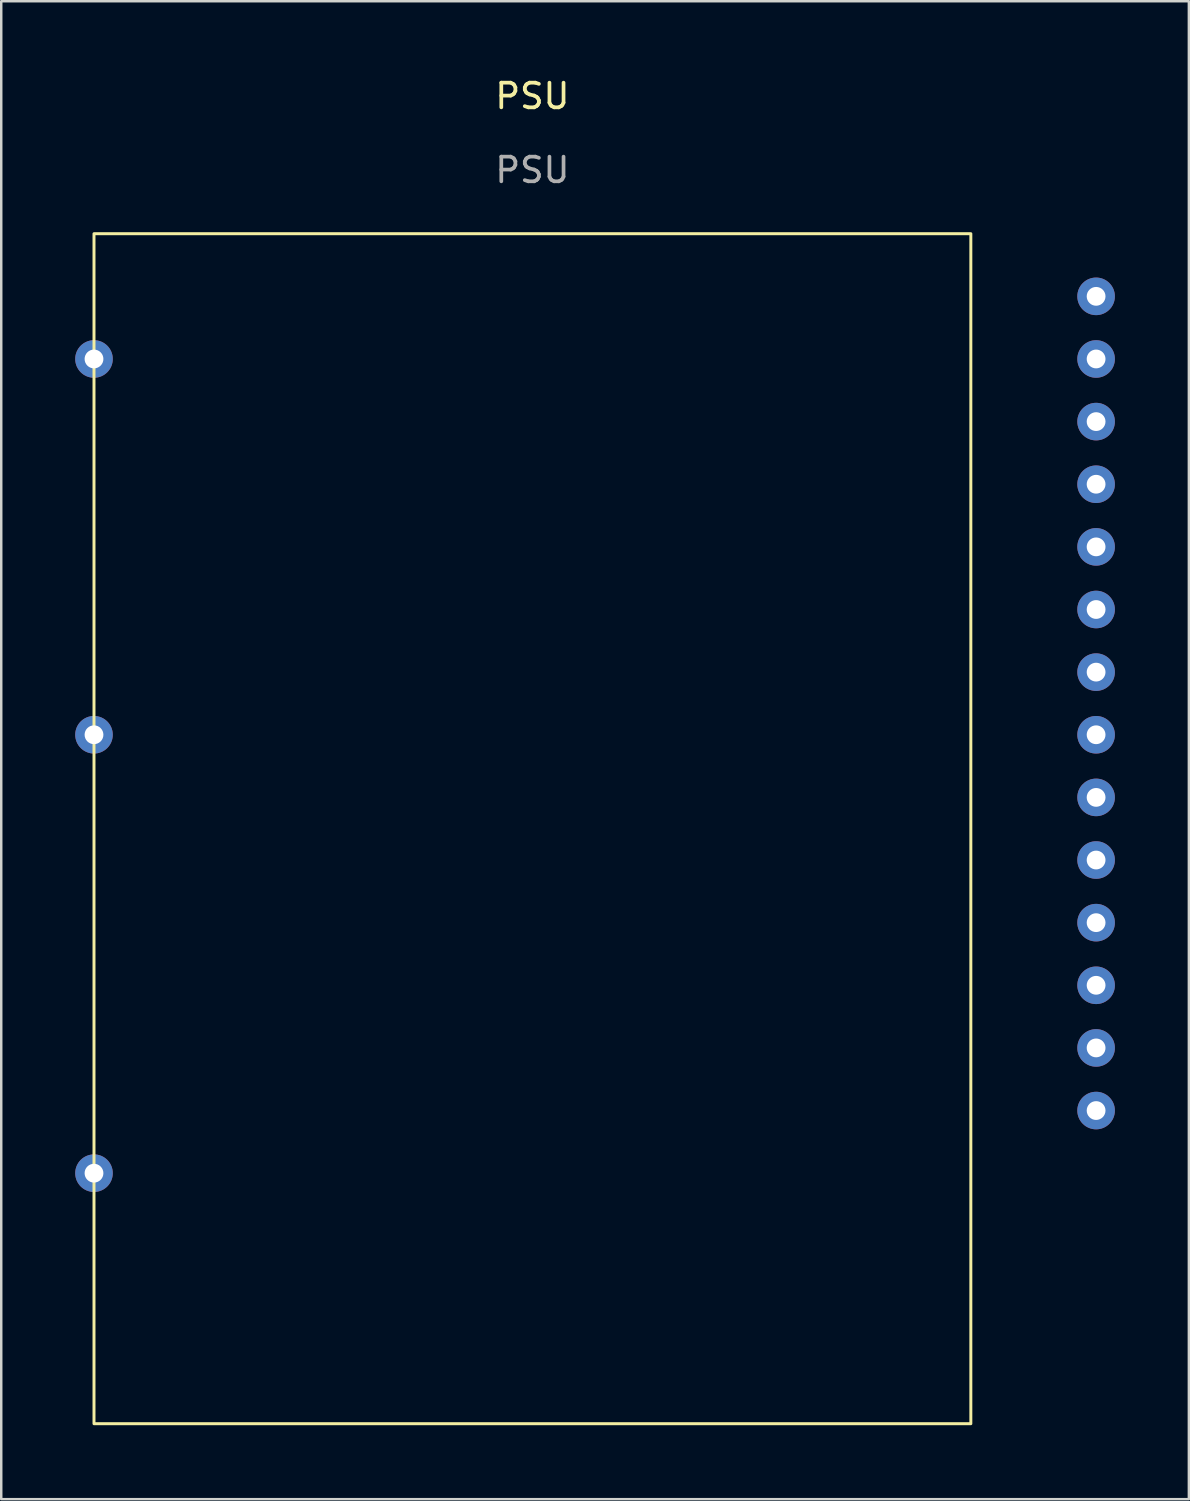
<source format=kicad_pcb>
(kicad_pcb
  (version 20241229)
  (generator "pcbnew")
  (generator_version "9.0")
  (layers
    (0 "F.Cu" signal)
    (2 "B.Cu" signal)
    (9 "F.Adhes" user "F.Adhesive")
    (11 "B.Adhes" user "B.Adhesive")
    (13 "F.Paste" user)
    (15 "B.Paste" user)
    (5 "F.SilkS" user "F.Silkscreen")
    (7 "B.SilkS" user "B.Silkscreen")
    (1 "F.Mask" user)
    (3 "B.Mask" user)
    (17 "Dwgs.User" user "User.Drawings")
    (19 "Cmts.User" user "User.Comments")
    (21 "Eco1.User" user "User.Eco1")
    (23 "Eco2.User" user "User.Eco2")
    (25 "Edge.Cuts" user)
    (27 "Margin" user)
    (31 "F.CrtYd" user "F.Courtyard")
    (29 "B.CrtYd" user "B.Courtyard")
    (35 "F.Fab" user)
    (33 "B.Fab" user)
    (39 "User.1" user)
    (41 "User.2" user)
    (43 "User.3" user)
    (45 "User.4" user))
  (footprint "PSU"
    (layer "F.Cu")
    (at 18.542 1.348)
    (property "Reference" "PSU" (at 0 -0.5 0) (unlocked yes) (layer "F.SilkS") (effects (font (size 1 1) (thickness 0.15))))
    (fp_rect (start -17.78 5.08) (end 17.78 53.34) (stroke (width 0.12) (type solid)) (fill no) (layer "F.SilkS"))
    (fp_text user "${REFERENCE}" (at 0 2.5 0) (unlocked yes) (layer "F.Fab") (effects (font (size 1 1) (thickness 0.15))))
    (pad "" np_thru_hole circle (at -17.78 10.16) (size 1.524 1.524) (drill 0.762) (layers "*.Cu" "*.Mask"))
    (pad "2" thru_hole circle (at -17.78 25.4) (size 1.524 1.524) (drill 0.762) (layers "*.Cu" "*.Mask"))
    (pad "3" thru_hole circle (at -17.78 43.18) (size 1.524 1.524) (drill 0.762) (layers "*.Cu" "*.Mask"))
    (pad "4" thru_hole circle (at 22.86 7.62) (size 1.524 1.524) (drill 0.762) (layers "*.Cu" "*.Mask"))
    (pad "5" thru_hole circle (at 22.86 10.16) (size 1.524 1.524) (drill 0.762) (layers "*.Cu" "*.Mask"))
    (pad "6" thru_hole circle (at 22.86 12.7) (size 1.524 1.524) (drill 0.762) (layers "*.Cu" "*.Mask"))
    (pad "7" thru_hole circle (at 22.86 15.24) (size 1.524 1.524) (drill 0.762) (layers "*.Cu" "*.Mask"))
    (pad "8" thru_hole circle (at 22.86 17.78) (size 1.524 1.524) (drill 0.762) (layers "*.Cu" "*.Mask"))
    (pad "9" thru_hole circle (at 22.86 20.32) (size 1.524 1.524) (drill 0.762) (layers "*.Cu" "*.Mask"))
    (pad "10" thru_hole circle (at 22.86 22.86) (size 1.524 1.524) (drill 0.762) (layers "*.Cu" "*.Mask"))
    (pad "11" thru_hole circle (at 22.86 25.4) (size 1.524 1.524) (drill 0.762) (layers "*.Cu" "*.Mask"))
    (pad "12" thru_hole circle (at 22.86 27.94) (size 1.524 1.524) (drill 0.762) (layers "*.Cu" "*.Mask"))
    (pad "13" thru_hole circle (at 22.86 30.48) (size 1.524 1.524) (drill 0.762) (layers "*.Cu" "*.Mask"))
    (pad "14" thru_hole circle (at 22.86 33.02) (size 1.524 1.524) (drill 0.762) (layers "*.Cu" "*.Mask"))
    (pad "15" thru_hole circle (at 22.86 35.56) (size 1.524 1.524) (drill 0.762) (layers "*.Cu" "*.Mask"))
    (pad "16" thru_hole circle (at 22.86 38.1) (size 1.524 1.524) (drill 0.762) (layers "*.Cu" "*.Mask"))
    (pad "17" thru_hole circle (at 22.86 40.64) (size 1.524 1.524) (drill 0.762) (layers "*.Cu" "*.Mask")))
  (gr_rect
    (start -3 -3)
    (end 45.164 57.748)
    (stroke (width 0.1) (type default))
    (fill no)
    (layer "Edge.Cuts")))
</source>
